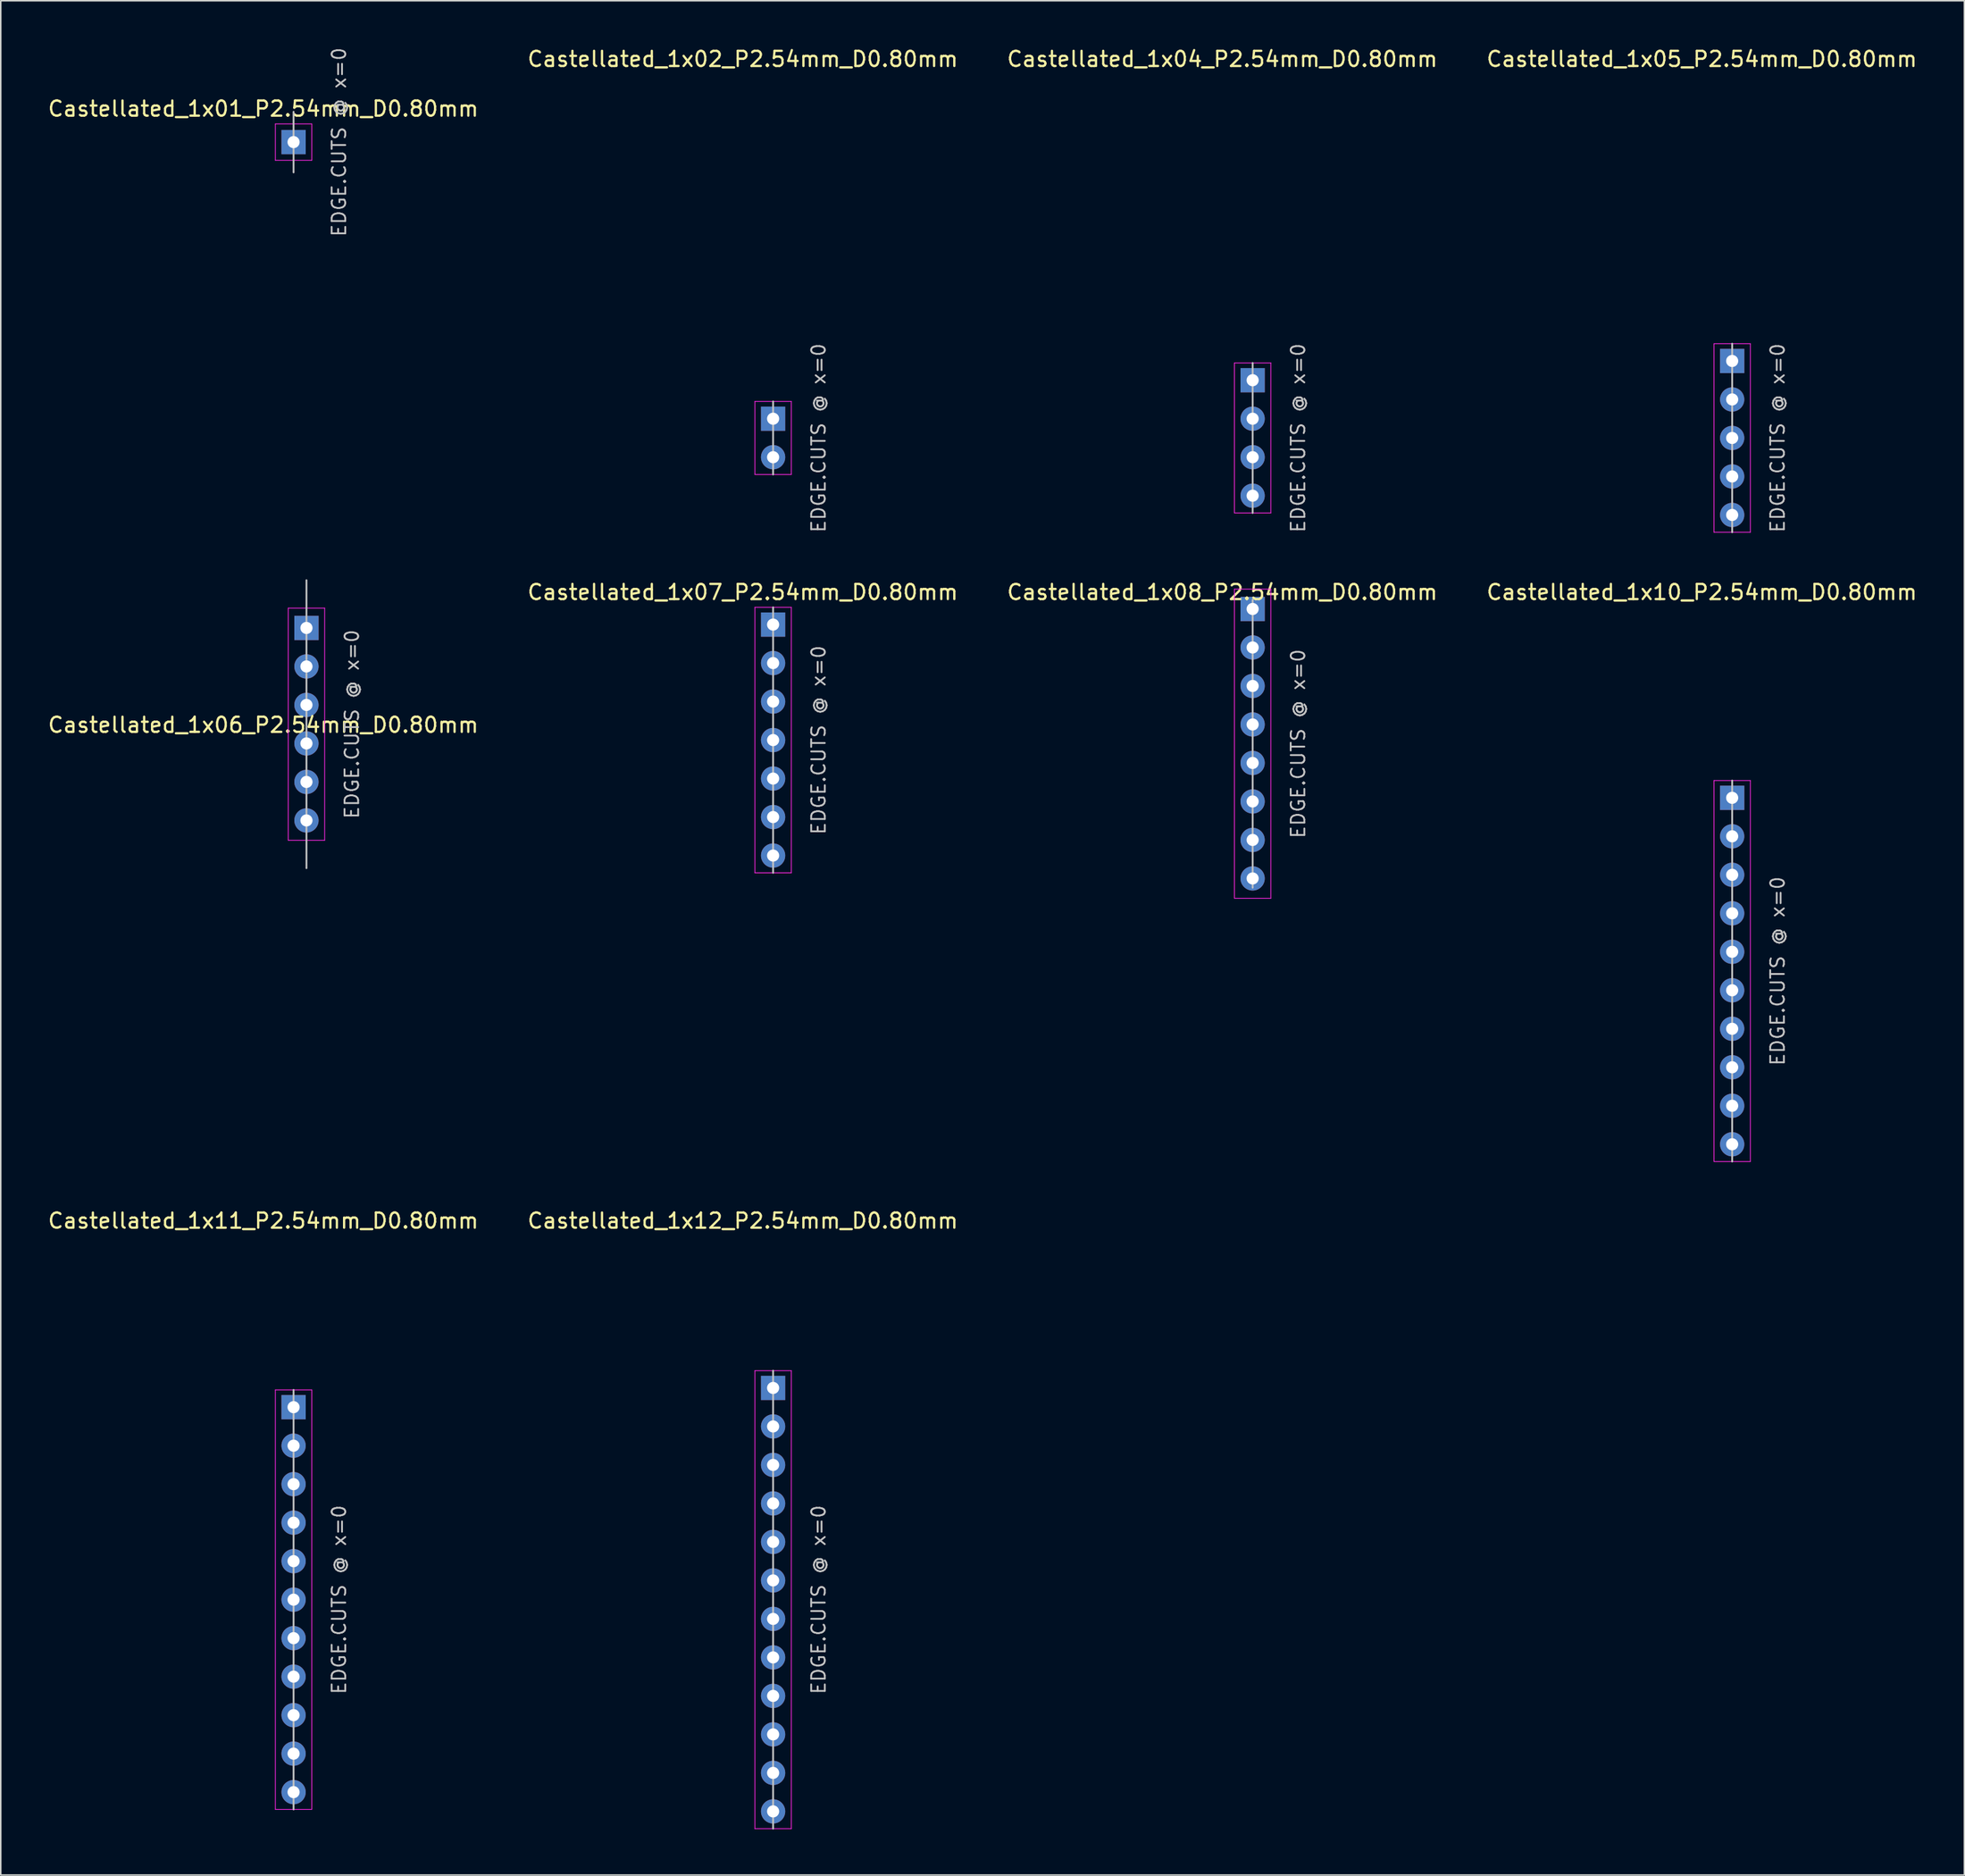
<source format=kicad_pcb>
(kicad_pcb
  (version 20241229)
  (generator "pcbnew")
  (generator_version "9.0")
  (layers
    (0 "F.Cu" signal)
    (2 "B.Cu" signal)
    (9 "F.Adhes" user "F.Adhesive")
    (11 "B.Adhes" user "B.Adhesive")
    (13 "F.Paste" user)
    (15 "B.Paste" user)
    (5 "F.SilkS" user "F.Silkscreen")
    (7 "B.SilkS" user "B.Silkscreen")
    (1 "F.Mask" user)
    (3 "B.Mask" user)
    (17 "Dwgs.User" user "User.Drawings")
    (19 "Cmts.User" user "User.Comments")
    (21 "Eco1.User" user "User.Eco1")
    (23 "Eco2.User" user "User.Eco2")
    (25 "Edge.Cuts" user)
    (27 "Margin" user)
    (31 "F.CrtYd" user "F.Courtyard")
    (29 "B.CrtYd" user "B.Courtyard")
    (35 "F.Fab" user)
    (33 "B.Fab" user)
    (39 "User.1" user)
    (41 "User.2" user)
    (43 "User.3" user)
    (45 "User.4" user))
  (footprint "Castellated_1x11_P2.54mm_D0.80mm"
    (layer "F.Cu")
    (at 16.315 102.5)
    (property "Reference" "Castellated_1x11_P2.54mm_D0.80mm" (at -2 -25 0) (layer "F.SilkS") (effects (font (size 1 1) (thickness 0.15))))
    (attr through_hole)
    (fp_line (start 0 -13.84) (end 0 13.84) (stroke (width 0.12) (type solid)) (layer "Dwgs.User"))
    (fp_line (start -1.2 -13.84) (end 1.2 -13.84) (stroke (width 0.05) (type solid)) (layer "F.CrtYd"))
    (fp_line (start -1.2 13.84) (end -1.2 -13.84) (stroke (width 0.05) (type solid)) (layer "F.CrtYd"))
    (fp_line (start 1.2 -13.84) (end 1.2 13.84) (stroke (width 0.05) (type solid)) (layer "F.CrtYd"))
    (fp_line (start 1.2 13.84) (end -1.2 13.84) (stroke (width 0.05) (type solid)) (layer "F.CrtYd"))
    (fp_text user "EDGE.CUTS @ x=0" (at 3 0 90) (layer "Dwgs.User") (effects (font (size 0.9 0.9) (thickness 0.12))))
    (pad "1" thru_hole rect (at 0 -12.7) (size 1.6 1.6) (drill 0.8) (property pad_prop_castellated) (layers "*.Cu" "*.Mask"))
    (pad "2" thru_hole circle (at 0 -10.16) (size 1.6 1.6) (drill 0.8) (property pad_prop_castellated) (layers "*.Cu" "*.Mask"))
    (pad "3" thru_hole circle (at 0 -7.62) (size 1.6 1.6) (drill 0.8) (property pad_prop_castellated) (layers "*.Cu" "*.Mask"))
    (pad "4" thru_hole circle (at 0 -5.08) (size 1.6 1.6) (drill 0.8) (property pad_prop_castellated) (layers "*.Cu" "*.Mask"))
    (pad "5" thru_hole circle (at 0 -2.54) (size 1.6 1.6) (drill 0.8) (property pad_prop_castellated) (layers "*.Cu" "*.Mask"))
    (pad "6" thru_hole circle (at 0 0) (size 1.6 1.6) (drill 0.8) (property pad_prop_castellated) (layers "*.Cu" "*.Mask"))
    (pad "7" thru_hole circle (at 0 2.54) (size 1.6 1.6) (drill 0.8) (property pad_prop_castellated) (layers "*.Cu" "*.Mask"))
    (pad "8" thru_hole circle (at 0 5.08) (size 1.6 1.6) (drill 0.8) (property pad_prop_castellated) (layers "*.Cu" "*.Mask"))
    (pad "9" thru_hole circle (at 0 7.62) (size 1.6 1.6) (drill 0.8) (property pad_prop_castellated) (layers "*.Cu" "*.Mask"))
    (pad "10" thru_hole circle (at 0 10.16) (size 1.6 1.6) (drill 0.8) (property pad_prop_castellated) (layers "*.Cu" "*.Mask"))
    (pad "11" thru_hole circle (at 0 12.7) (size 1.6 1.6) (drill 0.8) (property pad_prop_castellated) (layers "*.Cu" "*.Mask")))
  (footprint "Castellated_1x10_P2.54mm_D0.80mm"
    (layer "F.Cu")
    (at 111.208 61.022)
    (property "Reference" "Castellated_1x10_P2.54mm_D0.80mm" (at -2 -25 0) (layer "F.SilkS") (effects (font (size 1 1) (thickness 0.15))))
    (attr through_hole)
    (fp_line (start 0 -12.57) (end 0 12.57) (stroke (width 0.12) (type solid)) (layer "Dwgs.User"))
    (fp_line (start -1.2 -12.57) (end 1.2 -12.57) (stroke (width 0.05) (type solid)) (layer "F.CrtYd"))
    (fp_line (start -1.2 12.57) (end -1.2 -12.57) (stroke (width 0.05) (type solid)) (layer "F.CrtYd"))
    (fp_line (start 1.2 -12.57) (end 1.2 12.57) (stroke (width 0.05) (type solid)) (layer "F.CrtYd"))
    (fp_line (start 1.2 12.57) (end -1.2 12.57) (stroke (width 0.05) (type solid)) (layer "F.CrtYd"))
    (fp_text user "EDGE.CUTS @ x=0" (at 3 0 90) (layer "Dwgs.User") (effects (font (size 0.9 0.9) (thickness 0.12))))
    (pad "1" thru_hole rect (at 0 -11.43) (size 1.6 1.6) (drill 0.8) (property pad_prop_castellated) (layers "*.Cu" "*.Mask"))
    (pad "2" thru_hole circle (at 0 -8.89) (size 1.6 1.6) (drill 0.8) (property pad_prop_castellated) (layers "*.Cu" "*.Mask"))
    (pad "3" thru_hole circle (at 0 -6.35) (size 1.6 1.6) (drill 0.8) (property pad_prop_castellated) (layers "*.Cu" "*.Mask"))
    (pad "4" thru_hole circle (at 0 -3.81) (size 1.6 1.6) (drill 0.8) (property pad_prop_castellated) (layers "*.Cu" "*.Mask"))
    (pad "5" thru_hole circle (at 0 -1.27) (size 1.6 1.6) (drill 0.8) (property pad_prop_castellated) (layers "*.Cu" "*.Mask"))
    (pad "6" thru_hole circle (at 0 1.27) (size 1.6 1.6) (drill 0.8) (property pad_prop_castellated) (layers "*.Cu" "*.Mask"))
    (pad "7" thru_hole circle (at 0 3.81) (size 1.6 1.6) (drill 0.8) (property pad_prop_castellated) (layers "*.Cu" "*.Mask"))
    (pad "8" thru_hole circle (at 0 6.35) (size 1.6 1.6) (drill 0.8) (property pad_prop_castellated) (layers "*.Cu" "*.Mask"))
    (pad "9" thru_hole circle (at 0 8.89) (size 1.6 1.6) (drill 0.8) (property pad_prop_castellated) (layers "*.Cu" "*.Mask"))
    (pad "10" thru_hole circle (at 0 11.43) (size 1.6 1.6) (drill 0.8) (property pad_prop_castellated) (layers "*.Cu" "*.Mask")))
  (footprint "Castellated_1x01_P2.54mm_D0.80mm"
    (layer "F.Cu")
    (at 16.315 6.326)
    (property "Reference" "Castellated_1x01_P2.54mm_D0.80mm" (at -2 -2.2 0) (layer "F.SilkS") (effects (font (size 1 1) (thickness 0.15))))
    (attr through_hole)
    (fp_line (start 0 -2) (end 0 2) (stroke (width 0.12) (type solid)) (layer "Dwgs.User"))
    (fp_line (start -1.2 -1.2) (end 1.2 -1.2) (stroke (width 0.05) (type solid)) (layer "F.CrtYd"))
    (fp_line (start -1.2 1.2) (end -1.2 -1.2) (stroke (width 0.05) (type solid)) (layer "F.CrtYd"))
    (fp_line (start 1.2 -1.2) (end 1.2 1.2) (stroke (width 0.05) (type solid)) (layer "F.CrtYd"))
    (fp_line (start 1.2 1.2) (end -1.2 1.2) (stroke (width 0.05) (type solid)) (layer "F.CrtYd"))
    (fp_text user "EDGE.CUTS @ x=0" (at 3 0 90) (layer "Dwgs.User") (effects (font (size 0.9 0.9) (thickness 0.12))))
    (pad "1" thru_hole rect (at 0 0) (size 1.6 1.6) (drill 0.8) (layers "*.Cu" "*.Mask")))
  (footprint "Castellated_1x08_P2.54mm_D0.80mm"
    (layer "F.Cu")
    (at 79.577 46.022)
    (property "Reference" "Castellated_1x08_P2.54mm_D0.80mm" (at -2 -10 0) (layer "F.SilkS") (effects (font (size 1 1) (thickness 0.15))))
    (attr through_hole)
    (fp_line (start 0 -9.5) (end 0 9.5) (stroke (width 0.12) (type solid)) (layer "Dwgs.User"))
    (fp_line (start -1.2 -10.2) (end 1.2 -10.2) (stroke (width 0.05) (type solid)) (layer "F.CrtYd"))
    (fp_line (start -1.2 10.2) (end -1.2 -10.2) (stroke (width 0.05) (type solid)) (layer "F.CrtYd"))
    (fp_line (start 1.2 -10.2) (end 1.2 10.2) (stroke (width 0.05) (type solid)) (layer "F.CrtYd"))
    (fp_line (start 1.2 10.2) (end -1.2 10.2) (stroke (width 0.05) (type solid)) (layer "F.CrtYd"))
    (fp_text user "EDGE.CUTS @ x=0" (at 3 0 90) (layer "Dwgs.User") (effects (font (size 0.9 0.9) (thickness 0.12))))
    (pad "1" thru_hole rect (at 0 -8.89) (size 1.6 1.6) (drill 0.8) (layers "*.Cu" "*.Mask"))
    (pad "2" thru_hole circle (at 0 -6.35) (size 1.6 1.6) (drill 0.8) (layers "*.Cu" "*.Mask"))
    (pad "3" thru_hole circle (at 0 -3.81) (size 1.6 1.6) (drill 0.8) (layers "*.Cu" "*.Mask"))
    (pad "4" thru_hole circle (at 0 -1.27) (size 1.6 1.6) (drill 0.8) (layers "*.Cu" "*.Mask"))
    (pad "5" thru_hole circle (at 0 1.27) (size 1.6 1.6) (drill 0.8) (layers "*.Cu" "*.Mask"))
    (pad "6" thru_hole circle (at 0 3.81) (size 1.6 1.6) (drill 0.8) (layers "*.Cu" "*.Mask"))
    (pad "7" thru_hole circle (at 0 6.35) (size 1.6 1.6) (drill 0.8) (layers "*.Cu" "*.Mask"))
    (pad "8" thru_hole circle (at 0 8.89) (size 1.6 1.6) (drill 0.8) (layers "*.Cu" "*.Mask")))
  (footprint "Castellated_1x12_P2.54mm_D0.80mm"
    (layer "F.Cu")
    (at 47.946 102.5)
    (property "Reference" "Castellated_1x12_P2.54mm_D0.80mm" (at -2 -25 0) (layer "F.SilkS") (effects (font (size 1 1) (thickness 0.15))))
    (attr through_hole)
    (fp_line (start 0 -15.11) (end 0 15.11) (stroke (width 0.12) (type solid)) (layer "Dwgs.User"))
    (fp_line (start -1.2 -15.11) (end 1.2 -15.11) (stroke (width 0.05) (type solid)) (layer "F.CrtYd"))
    (fp_line (start -1.2 15.11) (end -1.2 -15.11) (stroke (width 0.05) (type solid)) (layer "F.CrtYd"))
    (fp_line (start 1.2 -15.11) (end 1.2 15.11) (stroke (width 0.05) (type solid)) (layer "F.CrtYd"))
    (fp_line (start 1.2 15.11) (end -1.2 15.11) (stroke (width 0.05) (type solid)) (layer "F.CrtYd"))
    (fp_text user "EDGE.CUTS @ x=0" (at 3 0 90) (layer "Dwgs.User") (effects (font (size 0.9 0.9) (thickness 0.12))))
    (pad "1" thru_hole rect (at 0 -13.97) (size 1.6 1.6) (drill 0.8) (property pad_prop_castellated) (layers "*.Cu" "*.Mask"))
    (pad "2" thru_hole circle (at 0 -11.43) (size 1.6 1.6) (drill 0.8) (property pad_prop_castellated) (layers "*.Cu" "*.Mask"))
    (pad "3" thru_hole circle (at 0 -8.89) (size 1.6 1.6) (drill 0.8) (property pad_prop_castellated) (layers "*.Cu" "*.Mask"))
    (pad "4" thru_hole circle (at 0 -6.35) (size 1.6 1.6) (drill 0.8) (property pad_prop_castellated) (layers "*.Cu" "*.Mask"))
    (pad "5" thru_hole circle (at 0 -3.81) (size 1.6 1.6) (drill 0.8) (property pad_prop_castellated) (layers "*.Cu" "*.Mask"))
    (pad "6" thru_hole circle (at 0 -1.27) (size 1.6 1.6) (drill 0.8) (property pad_prop_castellated) (layers "*.Cu" "*.Mask"))
    (pad "7" thru_hole circle (at 0 1.27) (size 1.6 1.6) (drill 0.8) (property pad_prop_castellated) (layers "*.Cu" "*.Mask"))
    (pad "8" thru_hole circle (at 0 3.81) (size 1.6 1.6) (drill 0.8) (property pad_prop_castellated) (layers "*.Cu" "*.Mask"))
    (pad "9" thru_hole circle (at 0 6.35) (size 1.6 1.6) (drill 0.8) (property pad_prop_castellated) (layers "*.Cu" "*.Mask"))
    (pad "10" thru_hole circle (at 0 8.89) (size 1.6 1.6) (drill 0.8) (property pad_prop_castellated) (layers "*.Cu" "*.Mask"))
    (pad "11" thru_hole circle (at 0 11.43) (size 1.6 1.6) (drill 0.8) (property pad_prop_castellated) (layers "*.Cu" "*.Mask"))
    (pad "12" thru_hole circle (at 0 13.97) (size 1.6 1.6) (drill 0.8) (property pad_prop_castellated) (layers "*.Cu" "*.Mask")))
  (footprint "Castellated_1x05_P2.54mm_D0.80mm"
    (layer "F.Cu")
    (at 111.208 25.848)
    (property "Reference" "Castellated_1x05_P2.54mm_D0.80mm" (at -2 -25 0) (layer "F.SilkS") (effects (font (size 1 1) (thickness 0.15))))
    (attr through_hole)
    (fp_line (start 0 -6.22) (end 0 6.22) (stroke (width 0.12) (type solid)) (layer "Dwgs.User"))
    (fp_line (start -1.2 -6.22) (end 1.2 -6.22) (stroke (width 0.05) (type solid)) (layer "F.CrtYd"))
    (fp_line (start -1.2 6.22) (end -1.2 -6.22) (stroke (width 0.05) (type solid)) (layer "F.CrtYd"))
    (fp_line (start 1.2 -6.22) (end 1.2 6.22) (stroke (width 0.05) (type solid)) (layer "F.CrtYd"))
    (fp_line (start 1.2 6.22) (end -1.2 6.22) (stroke (width 0.05) (type solid)) (layer "F.CrtYd"))
    (fp_text user "EDGE.CUTS @ x=0" (at 3 0 90) (layer "Dwgs.User") (effects (font (size 0.9 0.9) (thickness 0.12))))
    (pad "1" thru_hole rect (at 0 -5.08) (size 1.6 1.6) (drill 0.8) (property pad_prop_castellated) (layers "*.Cu" "*.Mask"))
    (pad "2" thru_hole circle (at 0 -2.54) (size 1.6 1.6) (drill 0.8) (property pad_prop_castellated) (layers "*.Cu" "*.Mask"))
    (pad "3" thru_hole circle (at 0 0) (size 1.6 1.6) (drill 0.8) (property pad_prop_castellated) (layers "*.Cu" "*.Mask"))
    (pad "4" thru_hole circle (at 0 2.54) (size 1.6 1.6) (drill 0.8) (property pad_prop_castellated) (layers "*.Cu" "*.Mask"))
    (pad "5" thru_hole circle (at 0 5.08) (size 1.6 1.6) (drill 0.8) (property pad_prop_castellated) (layers "*.Cu" "*.Mask")))
  (footprint "Castellated_1x07_P2.54mm_D0.80mm"
    (layer "F.Cu")
    (at 47.946 45.782)
    (property "Reference" "Castellated_1x07_P2.54mm_D0.80mm" (at -2 -9.76 0) (layer "F.SilkS") (effects (font (size 1 1) (thickness 0.15))))
    (attr through_hole)
    (fp_line (start 0 -8.76) (end 0 8.76) (stroke (width 0.12) (type solid)) (layer "Dwgs.User"))
    (fp_line (start -1.2 -8.76) (end 1.2 -8.76) (stroke (width 0.05) (type solid)) (layer "F.CrtYd"))
    (fp_line (start -1.2 8.76) (end -1.2 -8.76) (stroke (width 0.05) (type solid)) (layer "F.CrtYd"))
    (fp_line (start 1.2 -8.76) (end 1.2 8.76) (stroke (width 0.05) (type solid)) (layer "F.CrtYd"))
    (fp_line (start 1.2 8.76) (end -1.2 8.76) (stroke (width 0.05) (type solid)) (layer "F.CrtYd"))
    (fp_text user "EDGE.CUTS @ x=0" (at 3 0 90) (layer "Dwgs.User") (effects (font (size 0.9 0.9) (thickness 0.12))))
    (pad "1" thru_hole rect (at 0 -7.62) (size 1.6 1.6) (drill 0.8) (layers "*.Cu" "*.Mask"))
    (pad "2" thru_hole circle (at 0 -5.08) (size 1.6 1.6) (drill 0.8) (layers "*.Cu" "*.Mask"))
    (pad "3" thru_hole circle (at 0 -2.54) (size 1.6 1.6) (drill 0.8) (layers "*.Cu" "*.Mask"))
    (pad "4" thru_hole circle (at 0 0) (size 1.6 1.6) (drill 0.8) (layers "*.Cu" "*.Mask"))
    (pad "5" thru_hole circle (at 0 2.54) (size 1.6 1.6) (drill 0.8) (layers "*.Cu" "*.Mask"))
    (pad "6" thru_hole circle (at 0 5.08) (size 1.6 1.6) (drill 0.8) (layers "*.Cu" "*.Mask"))
    (pad "7" thru_hole circle (at 0 7.62) (size 1.6 1.6) (drill 0.8) (layers "*.Cu" "*.Mask")))
  (footprint "Castellated_1x06_P2.54mm_D0.80mm"
    (layer "F.Cu")
    (at 17.165 44.734)
    (property "Reference" "Castellated_1x06_P2.54mm_D0.80mm" (at -2.85 0.05 0) (layer "F.SilkS") (effects (font (size 1 1) (thickness 0.15))))
    (attr through_hole)
    (fp_line (start 0 -9.5) (end 0 9.5) (stroke (width 0.12) (type solid)) (layer "Dwgs.User"))
    (fp_line (start -1.2 -7.66) (end 1.2 -7.66) (stroke (width 0.05) (type solid)) (layer "F.CrtYd"))
    (fp_line (start -1.2 7.66) (end -1.2 -7.66) (stroke (width 0.05) (type solid)) (layer "F.CrtYd"))
    (fp_line (start 1.2 -7.66) (end 1.2 7.66) (stroke (width 0.05) (type solid)) (layer "F.CrtYd"))
    (fp_line (start 1.2 7.66) (end -1.2 7.66) (stroke (width 0.05) (type solid)) (layer "F.CrtYd"))
    (fp_text user "EDGE.CUTS @ x=0" (at 3 0 90) (layer "Dwgs.User") (effects (font (size 0.9 0.9) (thickness 0.12))))
    (pad "1" thru_hole rect (at 0 -6.35) (size 1.6 1.6) (drill 0.8) (layers "*.Cu" "*.Mask"))
    (pad "2" thru_hole circle (at 0 -3.81) (size 1.6 1.6) (drill 0.8) (layers "*.Cu" "*.Mask"))
    (pad "3" thru_hole circle (at 0 -1.27) (size 1.6 1.6) (drill 0.8) (layers "*.Cu" "*.Mask"))
    (pad "4" thru_hole circle (at 0 1.27) (size 1.6 1.6) (drill 0.8) (layers "*.Cu" "*.Mask"))
    (pad "5" thru_hole circle (at 0 3.81) (size 1.6 1.6) (drill 0.8) (layers "*.Cu" "*.Mask"))
    (pad "6" thru_hole circle (at 0 6.35) (size 1.6 1.6) (drill 0.8) (layers "*.Cu" "*.Mask")))
  (footprint "Castellated_1x02_P2.54mm_D0.80mm"
    (layer "F.Cu")
    (at 47.946 25.848)
    (property "Reference" "Castellated_1x02_P2.54mm_D0.80mm" (at -2 -25 0) (layer "F.SilkS") (effects (font (size 1 1) (thickness 0.15))))
    (attr through_hole)
    (fp_line (start 0 -2.41) (end 0 2.41) (stroke (width 0.12) (type solid)) (layer "Dwgs.User"))
    (fp_line (start -1.2 -2.41) (end 1.2 -2.41) (stroke (width 0.05) (type solid)) (layer "F.CrtYd"))
    (fp_line (start -1.2 2.41) (end -1.2 -2.41) (stroke (width 0.05) (type solid)) (layer "F.CrtYd"))
    (fp_line (start 1.2 -2.41) (end 1.2 2.41) (stroke (width 0.05) (type solid)) (layer "F.CrtYd"))
    (fp_line (start 1.2 2.41) (end -1.2 2.41) (stroke (width 0.05) (type solid)) (layer "F.CrtYd"))
    (fp_text user "EDGE.CUTS @ x=0" (at 3 0 90) (layer "Dwgs.User") (effects (font (size 0.9 0.9) (thickness 0.12))))
    (pad "1" thru_hole rect (at 0 -1.27) (size 1.6 1.6) (drill 0.8) (property pad_prop_castellated) (layers "*.Cu" "*.Mask"))
    (pad "2" thru_hole circle (at 0 1.27) (size 1.6 1.6) (drill 0.8) (property pad_prop_castellated) (layers "*.Cu" "*.Mask")))
  (footprint "Castellated_1x04_P2.54mm_D0.80mm"
    (layer "F.Cu")
    (at 79.577 25.848)
    (property "Reference" "Castellated_1x04_P2.54mm_D0.80mm" (at -2 -25 0) (layer "F.SilkS") (effects (font (size 1 1) (thickness 0.15))))
    (attr through_hole)
    (fp_line (start 0 -4.95) (end 0 4.95) (stroke (width 0.12) (type solid)) (layer "Dwgs.User"))
    (fp_line (start -1.2 -4.95) (end 1.2 -4.95) (stroke (width 0.05) (type solid)) (layer "F.CrtYd"))
    (fp_line (start -1.2 4.95) (end -1.2 -4.95) (stroke (width 0.05) (type solid)) (layer "F.CrtYd"))
    (fp_line (start 1.2 -4.95) (end 1.2 4.95) (stroke (width 0.05) (type solid)) (layer "F.CrtYd"))
    (fp_line (start 1.2 4.95) (end -1.2 4.95) (stroke (width 0.05) (type solid)) (layer "F.CrtYd"))
    (fp_text user "EDGE.CUTS @ x=0" (at 3 0 90) (layer "Dwgs.User") (effects (font (size 0.9 0.9) (thickness 0.12))))
    (pad "1" thru_hole rect (at 0 -3.81) (size 1.6 1.6) (drill 0.8) (property pad_prop_castellated) (layers "*.Cu" "*.Mask"))
    (pad "2" thru_hole circle (at 0 -1.27) (size 1.6 1.6) (drill 0.8) (property pad_prop_castellated) (layers "*.Cu" "*.Mask"))
    (pad "3" thru_hole circle (at 0 1.27) (size 1.6 1.6) (drill 0.8) (property pad_prop_castellated) (layers "*.Cu" "*.Mask"))
    (pad "4" thru_hole circle (at 0 3.81) (size 1.6 1.6) (drill 0.8) (property pad_prop_castellated) (layers "*.Cu" "*.Mask")))
  (gr_rect
    (start -3 -3)
    (end 126.524 120.67)
    (stroke (width 0.1) (type default))
    (fill no)
    (layer "Edge.Cuts")))
</source>
